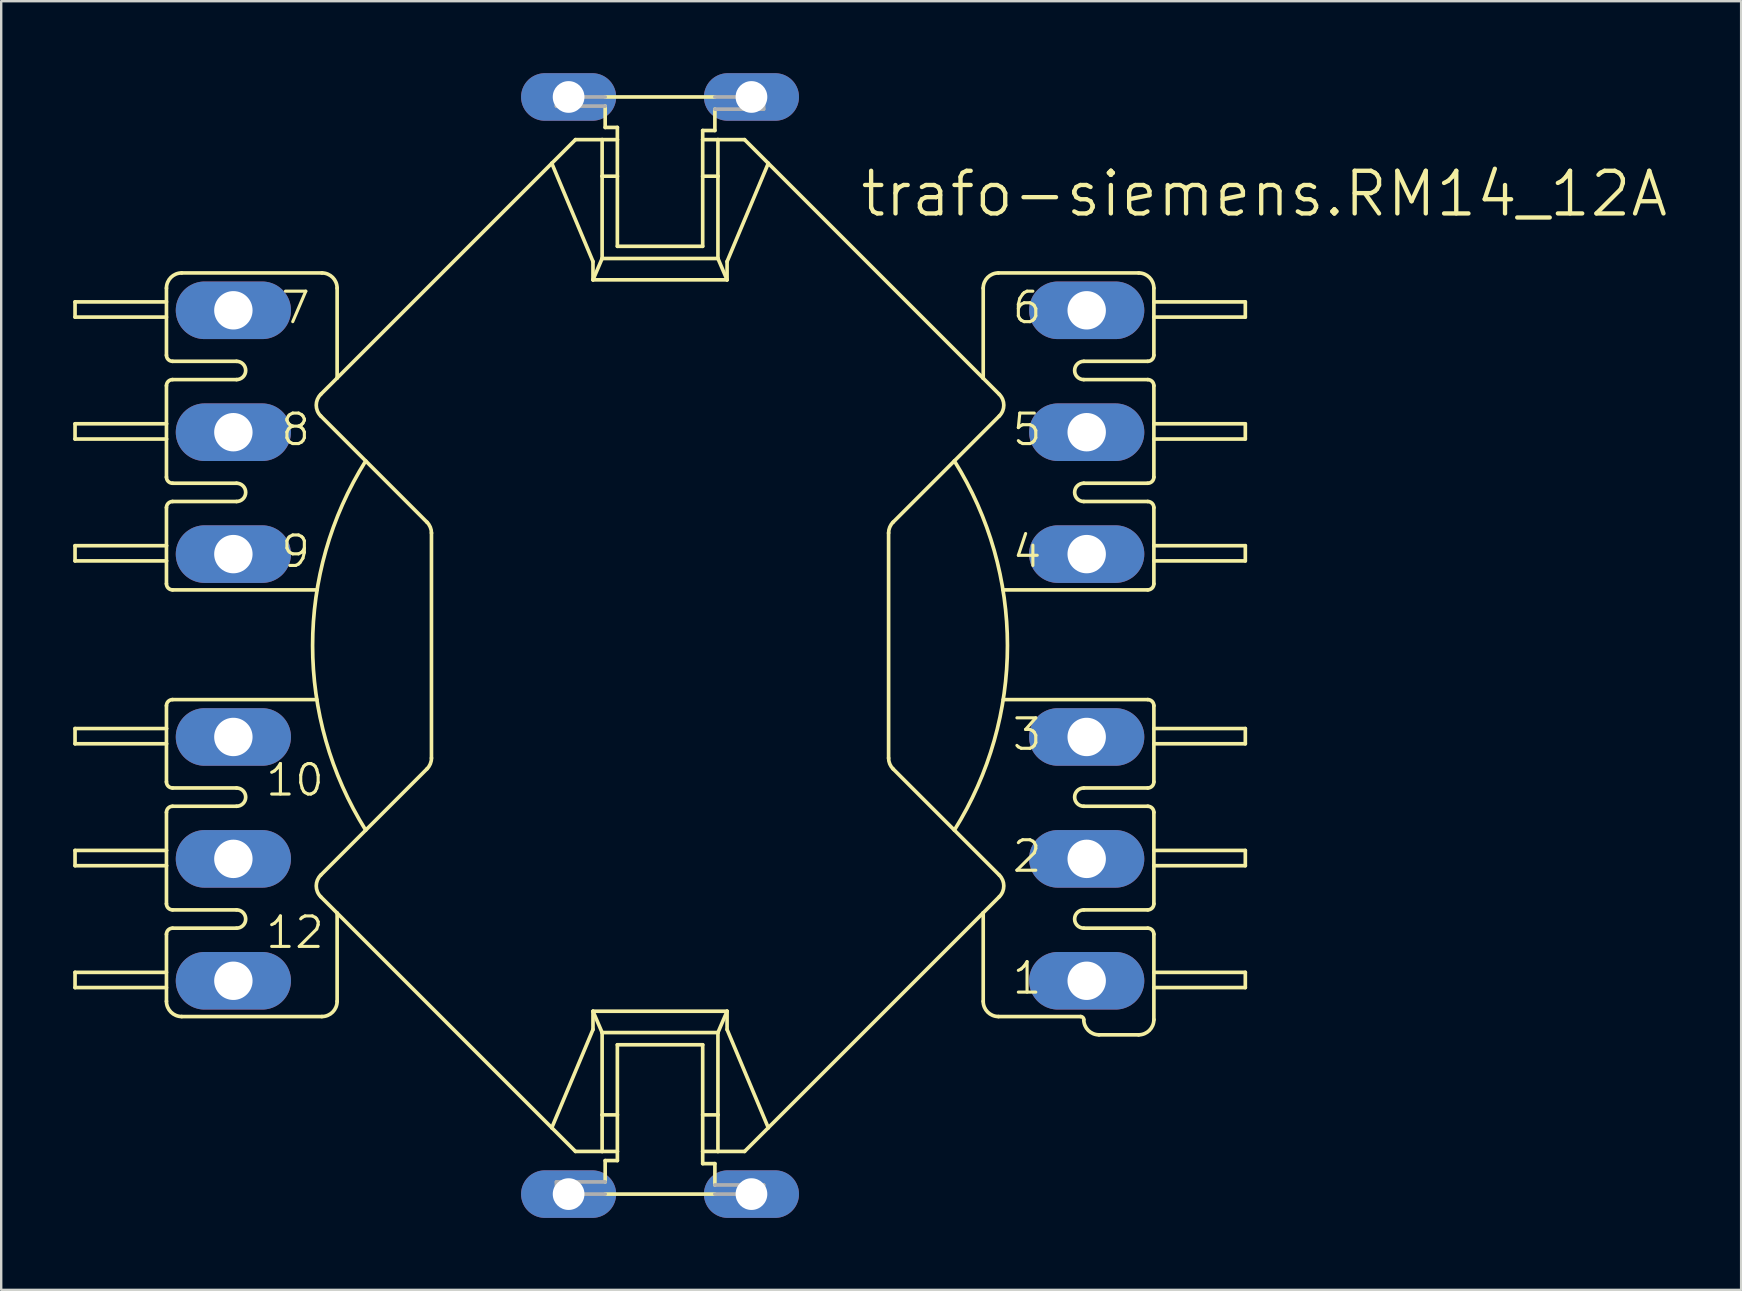
<source format=kicad_pcb>
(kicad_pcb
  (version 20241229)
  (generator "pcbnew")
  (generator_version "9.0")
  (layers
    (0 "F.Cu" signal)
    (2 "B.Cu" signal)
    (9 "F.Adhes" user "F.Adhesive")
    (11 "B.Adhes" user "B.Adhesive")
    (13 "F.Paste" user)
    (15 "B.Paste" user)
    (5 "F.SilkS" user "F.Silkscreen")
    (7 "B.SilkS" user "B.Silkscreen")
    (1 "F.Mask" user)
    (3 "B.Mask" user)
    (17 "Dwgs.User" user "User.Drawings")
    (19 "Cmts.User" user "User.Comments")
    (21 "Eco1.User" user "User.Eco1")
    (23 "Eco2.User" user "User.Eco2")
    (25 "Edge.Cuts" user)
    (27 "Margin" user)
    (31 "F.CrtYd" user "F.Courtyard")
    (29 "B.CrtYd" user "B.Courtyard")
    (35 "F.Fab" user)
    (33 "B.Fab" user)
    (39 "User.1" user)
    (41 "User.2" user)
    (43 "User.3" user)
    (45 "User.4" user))
  (footprint "trafo-siemens.RM14_12A"
    (layer "F.Cu")
    (at 24.455 23.851)
    (property "Reference" "trafo-siemens.RM14_12A" (at 8.255 -17.78 0) (layer "F.SilkS") (effects (font (size 1.778 1.778) (thickness 0.18)) (justify left bottom)))
    (attr through_hole)
    (fp_line (start -24.378 -14.321) (end -24.378 -13.686) (stroke (width 0.152) (type default)) (layer "F.SilkS"))
    (fp_line (start -24.378 -14.321) (end -20.568 -14.321) (stroke (width 0.152) (type default)) (layer "F.SilkS"))
    (fp_line (start -24.378 -13.686) (end -20.568 -13.686) (stroke (width 0.152) (type default)) (layer "F.SilkS"))
    (fp_line (start -24.378 -9.241) (end -24.378 -8.606) (stroke (width 0.152) (type default)) (layer "F.SilkS"))
    (fp_line (start -24.378 -9.241) (end -20.568 -9.241) (stroke (width 0.152) (type default)) (layer "F.SilkS"))
    (fp_line (start -24.378 -8.606) (end -20.568 -8.606) (stroke (width 0.152) (type default)) (layer "F.SilkS"))
    (fp_line (start -24.378 -4.161) (end -24.378 -3.526) (stroke (width 0.152) (type default)) (layer "F.SilkS"))
    (fp_line (start -24.378 -4.161) (end -20.568 -4.161) (stroke (width 0.152) (type default)) (layer "F.SilkS"))
    (fp_line (start -24.378 -3.526) (end -20.568 -3.526) (stroke (width 0.152) (type default)) (layer "F.SilkS"))
    (fp_line (start -24.378 3.459) (end -20.568 3.459) (stroke (width 0.152) (type default)) (layer "F.SilkS"))
    (fp_line (start -24.378 4.094) (end -24.378 3.459) (stroke (width 0.152) (type default)) (layer "F.SilkS"))
    (fp_line (start -24.378 4.094) (end -20.568 4.094) (stroke (width 0.152) (type default)) (layer "F.SilkS"))
    (fp_line (start -24.378 8.539) (end -20.568 8.539) (stroke (width 0.152) (type default)) (layer "F.SilkS"))
    (fp_line (start -24.378 9.174) (end -24.378 8.539) (stroke (width 0.152) (type default)) (layer "F.SilkS"))
    (fp_line (start -24.378 9.174) (end -20.568 9.174) (stroke (width 0.152) (type default)) (layer "F.SilkS"))
    (fp_line (start -24.378 13.619) (end -20.568 13.619) (stroke (width 0.152) (type default)) (layer "F.SilkS"))
    (fp_line (start -24.378 14.254) (end -24.378 13.619) (stroke (width 0.152) (type default)) (layer "F.SilkS"))
    (fp_line (start -24.378 14.254) (end -20.568 14.254) (stroke (width 0.152) (type default)) (layer "F.SilkS"))
    (fp_line (start -20.568 -14.892) (end -20.568 -12.098) (stroke (width 0.152) (type default)) (layer "F.SilkS"))
    (fp_line (start -20.568 -9.241) (end -20.568 -10.828) (stroke (width 0.152) (type default)) (layer "F.SilkS"))
    (fp_line (start -20.568 -8.606) (end -20.568 -9.241) (stroke (width 0.152) (type default)) (layer "F.SilkS"))
    (fp_line (start -20.568 -7.018) (end -20.568 -8.606) (stroke (width 0.152) (type default)) (layer "F.SilkS"))
    (fp_line (start -20.568 -5.748) (end -20.568 -4.161) (stroke (width 0.152) (type default)) (layer "F.SilkS"))
    (fp_line (start -20.568 -4.161) (end -20.568 -3.526) (stroke (width 0.152) (type default)) (layer "F.SilkS"))
    (fp_line (start -20.568 -3.526) (end -20.568 -2.573) (stroke (width 0.152) (type default)) (layer "F.SilkS"))
    (fp_line (start -20.568 3.459) (end -20.568 2.507) (stroke (width 0.152) (type default)) (layer "F.SilkS"))
    (fp_line (start -20.568 4.094) (end -20.568 3.459) (stroke (width 0.152) (type default)) (layer "F.SilkS"))
    (fp_line (start -20.568 5.682) (end -20.568 4.094) (stroke (width 0.152) (type default)) (layer "F.SilkS"))
    (fp_line (start -20.568 6.952) (end -20.568 8.539) (stroke (width 0.152) (type default)) (layer "F.SilkS"))
    (fp_line (start -20.568 8.539) (end -20.568 9.174) (stroke (width 0.152) (type default)) (layer "F.SilkS"))
    (fp_line (start -20.568 9.174) (end -20.568 10.762) (stroke (width 0.152) (type default)) (layer "F.SilkS"))
    (fp_line (start -20.568 14.826) (end -20.568 12.032) (stroke (width 0.152) (type default)) (layer "F.SilkS"))
    (fp_line (start -19.933 -15.527) (end -14.091 -15.527) (stroke (width 0.152) (type default)) (layer "F.SilkS"))
    (fp_line (start -17.647 -11.844) (end -20.314 -11.844) (stroke (width 0.152) (type default)) (layer "F.SilkS"))
    (fp_line (start -17.647 -11.082) (end -20.314 -11.082) (stroke (width 0.152) (type default)) (layer "F.SilkS"))
    (fp_line (start -17.647 -6.764) (end -20.314 -6.764) (stroke (width 0.152) (type default)) (layer "F.SilkS"))
    (fp_line (start -17.647 -6.002) (end -20.314 -6.002) (stroke (width 0.152) (type default)) (layer "F.SilkS"))
    (fp_line (start -17.647 5.936) (end -20.314 5.936) (stroke (width 0.152) (type default)) (layer "F.SilkS"))
    (fp_line (start -17.647 6.698) (end -20.314 6.698) (stroke (width 0.152) (type default)) (layer "F.SilkS"))
    (fp_line (start -17.647 11.016) (end -20.314 11.016) (stroke (width 0.152) (type default)) (layer "F.SilkS"))
    (fp_line (start -17.647 11.778) (end -20.314 11.778) (stroke (width 0.152) (type default)) (layer "F.SilkS"))
    (fp_line (start -14.302 2.253) (end -20.314 2.253) (stroke (width 0.152) (type default)) (layer "F.SilkS"))
    (fp_line (start -14.291 -2.319) (end -20.314 -2.319) (stroke (width 0.152) (type default)) (layer "F.SilkS"))
    (fp_line (start -14.14 -9.568) (end -9.711 -5.139) (stroke (width 0.152) (type default)) (layer "F.SilkS"))
    (fp_line (start -14.091 15.461) (end -19.933 15.461) (stroke (width 0.152) (type default)) (layer "F.SilkS"))
    (fp_line (start -13.456 -14.892) (end -13.456 -11.149) (stroke (width 0.152) (type default)) (layer "F.SilkS"))
    (fp_line (start -13.456 -11.149) (end -14.14 -10.466) (stroke (width 0.152) (type default)) (layer "F.SilkS"))
    (fp_line (start -13.456 11.149) (end -14.14 10.466) (stroke (width 0.152) (type default)) (layer "F.SilkS"))
    (fp_line (start -13.456 11.149) (end -13.456 14.826) (stroke (width 0.152) (type default)) (layer "F.SilkS"))
    (fp_line (start -9.711 5.139) (end -14.14 9.568) (stroke (width 0.152) (type default)) (layer "F.SilkS"))
    (fp_line (start -9.525 -4.69) (end -9.525 4.69) (stroke (width 0.152) (type default)) (layer "F.SilkS"))
    (fp_line (start -4.511 -20.095) (end -13.456 -11.149) (stroke (width 0.152) (type default)) (layer "F.SilkS"))
    (fp_line (start -4.511 20.095) (end -13.456 11.149) (stroke (width 0.152) (type default)) (layer "F.SilkS"))
    (fp_line (start -3.524 -21.082) (end -4.511 -20.095) (stroke (width 0.152) (type default)) (layer "F.SilkS"))
    (fp_line (start -3.524 -21.082) (end -2.413 -21.082) (stroke (width 0.152) (type default)) (layer "F.SilkS"))
    (fp_line (start -3.524 21.082) (end -4.511 20.095) (stroke (width 0.152) (type default)) (layer "F.SilkS"))
    (fp_line (start -3.524 21.082) (end -2.413 21.082) (stroke (width 0.152) (type default)) (layer "F.SilkS"))
    (fp_line (start -2.794 -16.002) (end -4.511 -20.095) (stroke (width 0.152) (type default)) (layer "F.SilkS"))
    (fp_line (start -2.794 -15.24) (end -2.794 -16.002) (stroke (width 0.152) (type default)) (layer "F.SilkS"))
    (fp_line (start -2.794 15.24) (end -2.794 16.002) (stroke (width 0.152) (type default)) (layer "F.SilkS"))
    (fp_line (start -2.794 16.002) (end -4.511 20.095) (stroke (width 0.152) (type default)) (layer "F.SilkS"))
    (fp_line (start -2.413 -21.082) (end -1.778 -21.082) (stroke (width 0.152) (type default)) (layer "F.SilkS"))
    (fp_line (start -2.413 -19.558) (end -2.413 -21.082) (stroke (width 0.152) (type default)) (layer "F.SilkS"))
    (fp_line (start -2.413 -19.558) (end -1.778 -19.558) (stroke (width 0.152) (type default)) (layer "F.SilkS"))
    (fp_line (start -2.413 -16.129) (end -2.794 -15.24) (stroke (width 0.152) (type default)) (layer "F.SilkS"))
    (fp_line (start -2.413 -16.129) (end -2.413 -19.558) (stroke (width 0.152) (type default)) (layer "F.SilkS"))
    (fp_line (start -2.413 -16.129) (end 2.413 -16.129) (stroke (width 0.152) (type default)) (layer "F.SilkS"))
    (fp_line (start -2.413 16.129) (end -2.794 15.24) (stroke (width 0.152) (type default)) (layer "F.SilkS"))
    (fp_line (start -2.413 16.129) (end -2.413 19.558) (stroke (width 0.152) (type default)) (layer "F.SilkS"))
    (fp_line (start -2.413 16.129) (end 2.413 16.129) (stroke (width 0.152) (type default)) (layer "F.SilkS"))
    (fp_line (start -2.413 19.558) (end -2.413 21.082) (stroke (width 0.152) (type default)) (layer "F.SilkS"))
    (fp_line (start -2.413 19.558) (end -1.778 19.558) (stroke (width 0.152) (type default)) (layer "F.SilkS"))
    (fp_line (start -2.413 21.082) (end -1.778 21.082) (stroke (width 0.152) (type default)) (layer "F.SilkS"))
    (fp_line (start -2.286 -21.59) (end -2.286 -22.479) (stroke (width 0.152) (type default)) (layer "F.SilkS"))
    (fp_line (start -2.286 21.463) (end -1.778 21.463) (stroke (width 0.152) (type default)) (layer "F.SilkS"))
    (fp_line (start -2.286 22.352) (end -2.286 21.463) (stroke (width 0.152) (type default)) (layer "F.SilkS"))
    (fp_line (start -2.286 22.86) (end 2.286 22.86) (stroke (width 0.152) (type default)) (layer "F.SilkS"))
    (fp_line (start -1.778 -21.59) (end -2.286 -21.59) (stroke (width 0.152) (type default)) (layer "F.SilkS"))
    (fp_line (start -1.778 -21.082) (end -1.778 -21.59) (stroke (width 0.152) (type default)) (layer "F.SilkS"))
    (fp_line (start -1.778 -19.558) (end -1.778 -21.082) (stroke (width 0.152) (type default)) (layer "F.SilkS"))
    (fp_line (start -1.778 -16.637) (end -1.778 -19.558) (stroke (width 0.152) (type default)) (layer "F.SilkS"))
    (fp_line (start -1.778 16.637) (end 1.778 16.637) (stroke (width 0.152) (type default)) (layer "F.SilkS"))
    (fp_line (start -1.778 19.558) (end -1.778 16.637) (stroke (width 0.152) (type default)) (layer "F.SilkS"))
    (fp_line (start -1.778 21.082) (end -1.778 19.558) (stroke (width 0.152) (type default)) (layer "F.SilkS"))
    (fp_line (start -1.778 21.463) (end -1.778 21.082) (stroke (width 0.152) (type default)) (layer "F.SilkS"))
    (fp_line (start 1.778 -21.463) (end 1.778 -21.082) (stroke (width 0.152) (type default)) (layer "F.SilkS"))
    (fp_line (start 1.778 -21.082) (end 1.778 -19.558) (stroke (width 0.152) (type default)) (layer "F.SilkS"))
    (fp_line (start 1.778 -19.558) (end 1.778 -16.637) (stroke (width 0.152) (type default)) (layer "F.SilkS"))
    (fp_line (start 1.778 -16.637) (end -1.778 -16.637) (stroke (width 0.152) (type default)) (layer "F.SilkS"))
    (fp_line (start 1.778 16.637) (end 1.778 19.558) (stroke (width 0.152) (type default)) (layer "F.SilkS"))
    (fp_line (start 1.778 19.558) (end 1.778 21.082) (stroke (width 0.152) (type default)) (layer "F.SilkS"))
    (fp_line (start 1.778 21.082) (end 1.778 21.59) (stroke (width 0.152) (type default)) (layer "F.SilkS"))
    (fp_line (start 1.778 21.59) (end 2.286 21.59) (stroke (width 0.152) (type default)) (layer "F.SilkS"))
    (fp_line (start 2.286 -22.86) (end -2.286 -22.86) (stroke (width 0.152) (type default)) (layer "F.SilkS"))
    (fp_line (start 2.286 -22.352) (end 2.286 -21.463) (stroke (width 0.152) (type default)) (layer "F.SilkS"))
    (fp_line (start 2.286 -21.463) (end 1.778 -21.463) (stroke (width 0.152) (type default)) (layer "F.SilkS"))
    (fp_line (start 2.286 21.59) (end 2.286 22.479) (stroke (width 0.152) (type default)) (layer "F.SilkS"))
    (fp_line (start 2.413 -21.082) (end 1.778 -21.082) (stroke (width 0.152) (type default)) (layer "F.SilkS"))
    (fp_line (start 2.413 -21.082) (end 3.524 -21.082) (stroke (width 0.152) (type default)) (layer "F.SilkS"))
    (fp_line (start 2.413 -19.558) (end 1.778 -19.558) (stroke (width 0.152) (type default)) (layer "F.SilkS"))
    (fp_line (start 2.413 -19.558) (end 2.413 -21.082) (stroke (width 0.152) (type default)) (layer "F.SilkS"))
    (fp_line (start 2.413 -16.129) (end 2.413 -19.558) (stroke (width 0.152) (type default)) (layer "F.SilkS"))
    (fp_line (start 2.413 -16.129) (end 2.794 -15.24) (stroke (width 0.152) (type default)) (layer "F.SilkS"))
    (fp_line (start 2.413 16.129) (end 2.413 19.558) (stroke (width 0.152) (type default)) (layer "F.SilkS"))
    (fp_line (start 2.413 16.129) (end 2.794 15.24) (stroke (width 0.152) (type default)) (layer "F.SilkS"))
    (fp_line (start 2.413 19.558) (end 1.778 19.558) (stroke (width 0.152) (type default)) (layer "F.SilkS"))
    (fp_line (start 2.413 19.558) (end 2.413 21.082) (stroke (width 0.152) (type default)) (layer "F.SilkS"))
    (fp_line (start 2.413 21.082) (end 1.778 21.082) (stroke (width 0.152) (type default)) (layer "F.SilkS"))
    (fp_line (start 2.413 21.082) (end 3.524 21.082) (stroke (width 0.152) (type default)) (layer "F.SilkS"))
    (fp_line (start 2.794 -16.002) (end 4.511 -20.095) (stroke (width 0.152) (type default)) (layer "F.SilkS"))
    (fp_line (start 2.794 -15.24) (end -2.794 -15.24) (stroke (width 0.152) (type default)) (layer "F.SilkS"))
    (fp_line (start 2.794 -15.24) (end 2.794 -16.002) (stroke (width 0.152) (type default)) (layer "F.SilkS"))
    (fp_line (start 2.794 15.24) (end -2.794 15.24) (stroke (width 0.152) (type default)) (layer "F.SilkS"))
    (fp_line (start 2.794 15.24) (end 2.794 16.002) (stroke (width 0.152) (type default)) (layer "F.SilkS"))
    (fp_line (start 2.794 16.002) (end 4.511 20.095) (stroke (width 0.152) (type default)) (layer "F.SilkS"))
    (fp_line (start 4.511 -20.095) (end 3.524 -21.082) (stroke (width 0.152) (type default)) (layer "F.SilkS"))
    (fp_line (start 4.511 20.095) (end 3.524 21.082) (stroke (width 0.152) (type default)) (layer "F.SilkS"))
    (fp_line (start 9.525 -4.69) (end 9.525 4.69) (stroke (width 0.152) (type default)) (layer "F.SilkS"))
    (fp_line (start 9.711 5.139) (end 14.14 9.568) (stroke (width 0.152) (type default)) (layer "F.SilkS"))
    (fp_line (start 13.468 -11.138) (end 4.511 -20.095) (stroke (width 0.152) (type default)) (layer "F.SilkS"))
    (fp_line (start 13.468 -11.138) (end 13.468 -14.892) (stroke (width 0.152) (type default)) (layer "F.SilkS"))
    (fp_line (start 13.468 11.138) (end 4.511 20.095) (stroke (width 0.152) (type default)) (layer "F.SilkS"))
    (fp_line (start 13.468 11.138) (end 13.468 14.826) (stroke (width 0.152) (type default)) (layer "F.SilkS"))
    (fp_line (start 14.14 -10.466) (end 13.468 -11.138) (stroke (width 0.152) (type default)) (layer "F.SilkS"))
    (fp_line (start 14.14 -9.568) (end 9.711 -5.139) (stroke (width 0.152) (type default)) (layer "F.SilkS"))
    (fp_line (start 14.14 10.466) (end 13.468 11.138) (stroke (width 0.152) (type default)) (layer "F.SilkS"))
    (fp_line (start 17.532 15.461) (end 14.103 15.461) (stroke (width 0.152) (type default)) (layer "F.SilkS"))
    (fp_line (start 17.659 -11.844) (end 20.326 -11.844) (stroke (width 0.152) (type default)) (layer "F.SilkS"))
    (fp_line (start 17.659 -11.082) (end 20.326 -11.082) (stroke (width 0.152) (type default)) (layer "F.SilkS"))
    (fp_line (start 17.659 -6.764) (end 20.326 -6.764) (stroke (width 0.152) (type default)) (layer "F.SilkS"))
    (fp_line (start 17.659 -6.002) (end 20.326 -6.002) (stroke (width 0.152) (type default)) (layer "F.SilkS"))
    (fp_line (start 17.659 5.936) (end 20.326 5.936) (stroke (width 0.152) (type default)) (layer "F.SilkS"))
    (fp_line (start 17.659 6.698) (end 20.326 6.698) (stroke (width 0.152) (type default)) (layer "F.SilkS"))
    (fp_line (start 17.659 11.016) (end 20.326 11.016) (stroke (width 0.152) (type default)) (layer "F.SilkS"))
    (fp_line (start 17.659 11.778) (end 20.326 11.778) (stroke (width 0.152) (type default)) (layer "F.SilkS"))
    (fp_line (start 19.945 -15.527) (end 14.103 -15.527) (stroke (width 0.152) (type default)) (layer "F.SilkS"))
    (fp_line (start 19.945 16.223) (end 18.294 16.223) (stroke (width 0.152) (type default)) (layer "F.SilkS"))
    (fp_line (start 20.326 -2.319) (end 14.291 -2.319) (stroke (width 0.152) (type default)) (layer "F.SilkS"))
    (fp_line (start 20.326 2.253) (end 14.302 2.253) (stroke (width 0.152) (type default)) (layer "F.SilkS"))
    (fp_line (start 20.58 -14.892) (end 20.58 -12.098) (stroke (width 0.152) (type default)) (layer "F.SilkS"))
    (fp_line (start 20.58 -7.018) (end 20.58 -10.828) (stroke (width 0.152) (type default)) (layer "F.SilkS"))
    (fp_line (start 20.58 -5.748) (end 20.58 -2.573) (stroke (width 0.152) (type default)) (layer "F.SilkS"))
    (fp_line (start 20.58 5.682) (end 20.58 2.507) (stroke (width 0.152) (type default)) (layer "F.SilkS"))
    (fp_line (start 20.58 6.952) (end 20.58 10.762) (stroke (width 0.152) (type default)) (layer "F.SilkS"))
    (fp_line (start 20.58 15.588) (end 20.58 12.032) (stroke (width 0.152) (type default)) (layer "F.SilkS"))
    (fp_line (start 24.39 -14.321) (end 20.58 -14.321) (stroke (width 0.152) (type default)) (layer "F.SilkS"))
    (fp_line (start 24.39 -14.321) (end 24.39 -13.686) (stroke (width 0.152) (type default)) (layer "F.SilkS"))
    (fp_line (start 24.39 -13.686) (end 20.58 -13.686) (stroke (width 0.152) (type default)) (layer "F.SilkS"))
    (fp_line (start 24.39 -9.241) (end 20.58 -9.241) (stroke (width 0.152) (type default)) (layer "F.SilkS"))
    (fp_line (start 24.39 -9.241) (end 24.39 -8.606) (stroke (width 0.152) (type default)) (layer "F.SilkS"))
    (fp_line (start 24.39 -8.606) (end 20.58 -8.606) (stroke (width 0.152) (type default)) (layer "F.SilkS"))
    (fp_line (start 24.39 -4.161) (end 20.58 -4.161) (stroke (width 0.152) (type default)) (layer "F.SilkS"))
    (fp_line (start 24.39 -4.161) (end 24.39 -3.526) (stroke (width 0.152) (type default)) (layer "F.SilkS"))
    (fp_line (start 24.39 -3.526) (end 20.58 -3.526) (stroke (width 0.152) (type default)) (layer "F.SilkS"))
    (fp_line (start 24.39 3.459) (end 20.58 3.459) (stroke (width 0.152) (type default)) (layer "F.SilkS"))
    (fp_line (start 24.39 4.094) (end 20.58 4.094) (stroke (width 0.152) (type default)) (layer "F.SilkS"))
    (fp_line (start 24.39 4.094) (end 24.39 3.459) (stroke (width 0.152) (type default)) (layer "F.SilkS"))
    (fp_line (start 24.39 8.539) (end 20.58 8.539) (stroke (width 0.152) (type default)) (layer "F.SilkS"))
    (fp_line (start 24.39 9.174) (end 20.58 9.174) (stroke (width 0.152) (type default)) (layer "F.SilkS"))
    (fp_line (start 24.39 9.174) (end 24.39 8.539) (stroke (width 0.152) (type default)) (layer "F.SilkS"))
    (fp_line (start 24.39 13.619) (end 20.58 13.619) (stroke (width 0.152) (type default)) (layer "F.SilkS"))
    (fp_line (start 24.39 14.254) (end 20.58 14.254) (stroke (width 0.152) (type default)) (layer "F.SilkS"))
    (fp_line (start 24.39 14.254) (end 24.39 13.619) (stroke (width 0.152) (type default)) (layer "F.SilkS"))
    (fp_arc (start -20.5684 -14.8921) (mid -20.382413 -15.341113) (end -19.9334 -15.5271) (stroke (width 0.1524) (type default)) (layer "F.SilkS"))
    (fp_arc (start -20.5684 -10.8281) (mid -20.494005 -11.007705) (end -20.3144 -11.0821) (stroke (width 0.1524) (type default)) (layer "F.SilkS"))
    (fp_arc (start -20.5684 -5.7481) (mid -20.494005 -5.927705) (end -20.3144 -6.0021) (stroke (width 0.1524) (type default)) (layer "F.SilkS"))
    (fp_arc (start -20.5684 2.5069) (mid -20.494005 2.327295) (end -20.3144 2.2529) (stroke (width 0.1524) (type default)) (layer "F.SilkS"))
    (fp_arc (start -20.5684 6.9519) (mid -20.494005 6.772295) (end -20.3144 6.6979) (stroke (width 0.1524) (type default)) (layer "F.SilkS"))
    (fp_arc (start -20.5684 12.0319) (mid -20.494005 11.852295) (end -20.3144 11.7779) (stroke (width 0.1524) (type default)) (layer "F.SilkS"))
    (fp_arc (start -20.3144 -11.8441) (mid -20.494005 -11.918495) (end -20.5684 -12.0981) (stroke (width 0.1524) (type default)) (layer "F.SilkS"))
    (fp_arc (start -20.3144 -6.7641) (mid -20.494005 -6.838495) (end -20.5684 -7.0181) (stroke (width 0.1524) (type default)) (layer "F.SilkS"))
    (fp_arc (start -20.3144 -2.3191) (mid -20.494005 -2.393495) (end -20.5684 -2.5731) (stroke (width 0.1524) (type default)) (layer "F.SilkS"))
    (fp_arc (start -20.3144 5.9359) (mid -20.494005 5.861505) (end -20.5684 5.6819) (stroke (width 0.1524) (type default)) (layer "F.SilkS"))
    (fp_arc (start -20.3144 11.0159) (mid -20.494005 10.941505) (end -20.5684 10.7619) (stroke (width 0.1524) (type default)) (layer "F.SilkS"))
    (fp_arc (start -19.9334 15.4609) (mid -20.382413 15.274913) (end -20.5684 14.8259) (stroke (width 0.1524) (type default)) (layer "F.SilkS"))
    (fp_arc (start -17.6474 -11.8441) (mid -17.2664 -11.4631) (end -17.6474 -11.0821) (stroke (width 0.1524) (type default)) (layer "F.SilkS"))
    (fp_arc (start -17.6474 -6.7641) (mid -17.2664 -6.3831) (end -17.6474 -6.0021) (stroke (width 0.1524) (type default)) (layer "F.SilkS"))
    (fp_arc (start -17.6474 5.9359) (mid -17.2664 6.3169) (end -17.6474 6.6979) (stroke (width 0.1524) (type default)) (layer "F.SilkS"))
    (fp_arc (start -17.6474 11.0159) (mid -17.2664 11.3969) (end -17.6474 11.7779) (stroke (width 0.1524) (type default)) (layer "F.SilkS"))
    (fp_arc (start -14.14 -9.5678) (mid -14.326023 -10.01695) (end -14.1399 -10.4661) (stroke (width 0.1524) (type default)) (layer "F.SilkS"))
    (fp_arc (start -14.1399 10.4659) (mid -14.325882 10.0169) (end -14.1399 9.5679) (stroke (width 0.1524) (type default)) (layer "F.SilkS"))
    (fp_arc (start -14.0914 -15.5271) (mid -13.642387 -15.341113) (end -13.4564 -14.8921) (stroke (width 0.1524) (type default)) (layer "F.SilkS"))
    (fp_arc (start -13.4564 14.8259) (mid -13.642387 15.274913) (end -14.0914 15.4609) (stroke (width 0.1524) (type default)) (layer "F.SilkS"))
    (fp_arc (start -12.265 7.693) (mid -14.478 0) (end -12.265 -7.693) (stroke (width 0.1524) (type default)) (layer "F.SilkS"))
    (fp_arc (start -9.711 -5.139) (mid -9.573299 -4.933007) (end -9.5249 -4.69) (stroke (width 0.1524) (type default)) (layer "F.SilkS"))
    (fp_arc (start -9.5248 4.69) (mid -9.573252 4.933015) (end -9.711 5.139) (stroke (width 0.1524) (type default)) (layer "F.SilkS"))
    (fp_arc (start 9.525 -4.69) (mid 9.573345 -4.932999) (end 9.711 -5.139) (stroke (width 0.1524) (type default)) (layer "F.SilkS"))
    (fp_arc (start 9.711 5.139) (mid 9.573345 4.932999) (end 9.525 4.69) (stroke (width 0.1524) (type default)) (layer "F.SilkS"))
    (fp_arc (start 12.265 -7.693) (mid 14.478 0) (end 12.265 7.693) (stroke (width 0.1524) (type default)) (layer "F.SilkS"))
    (fp_arc (start 13.4676 -14.8921) (mid 13.653587 -15.341113) (end 14.1026 -15.5271) (stroke (width 0.1524) (type default)) (layer "F.SilkS"))
    (fp_arc (start 14.1026 15.4609) (mid 13.653587 15.274913) (end 13.4676 14.8259) (stroke (width 0.1524) (type default)) (layer "F.SilkS"))
    (fp_arc (start 14.1399 -10.4659) (mid 14.325882 -10.0169) (end 14.1399 -9.5679) (stroke (width 0.1524) (type default)) (layer "F.SilkS"))
    (fp_arc (start 14.14 9.5678) (mid 14.325988 10.0169) (end 14.1399 10.466) (stroke (width 0.1524) (type default)) (layer "F.SilkS"))
    (fp_arc (start 17.5316 15.4609) (mid 17.621403 15.498097) (end 17.6586 15.5879) (stroke (width 0.1524) (type default)) (layer "F.SilkS"))
    (fp_arc (start 17.6586 -11.0821) (mid 17.2776 -11.4631) (end 17.6586 -11.8441) (stroke (width 0.1524) (type default)) (layer "F.SilkS"))
    (fp_arc (start 17.6586 -6.0021) (mid 17.2776 -6.3831) (end 17.6586 -6.7641) (stroke (width 0.1524) (type default)) (layer "F.SilkS"))
    (fp_arc (start 17.6586 6.6979) (mid 17.2776 6.3169) (end 17.6586 5.9359) (stroke (width 0.1524) (type default)) (layer "F.SilkS"))
    (fp_arc (start 17.6586 11.7779) (mid 17.2776 11.3969) (end 17.6586 11.0159) (stroke (width 0.1524) (type default)) (layer "F.SilkS"))
    (fp_arc (start 18.2936 16.2229) (mid 17.844587 16.036913) (end 17.6586 15.5879) (stroke (width 0.1524) (type default)) (layer "F.SilkS"))
    (fp_arc (start 19.9446 -15.5271) (mid 20.393613 -15.341113) (end 20.5796 -14.8921) (stroke (width 0.1524) (type default)) (layer "F.SilkS"))
    (fp_arc (start 20.3256 -11.0821) (mid 20.505205 -11.007705) (end 20.5796 -10.8281) (stroke (width 0.1524) (type default)) (layer "F.SilkS"))
    (fp_arc (start 20.3256 -6.0021) (mid 20.505205 -5.927705) (end 20.5796 -5.7481) (stroke (width 0.1524) (type default)) (layer "F.SilkS"))
    (fp_arc (start 20.3256 2.2529) (mid 20.505205 2.327295) (end 20.5796 2.5069) (stroke (width 0.1524) (type default)) (layer "F.SilkS"))
    (fp_arc (start 20.3256 6.6979) (mid 20.505205 6.772295) (end 20.5796 6.9519) (stroke (width 0.1524) (type default)) (layer "F.SilkS"))
    (fp_arc (start 20.3256 11.7779) (mid 20.505205 11.852295) (end 20.5796 12.0319) (stroke (width 0.1524) (type default)) (layer "F.SilkS"))
    (fp_arc (start 20.5796 -12.0981) (mid 20.505205 -11.918495) (end 20.3256 -11.8441) (stroke (width 0.1524) (type default)) (layer "F.SilkS"))
    (fp_arc (start 20.5796 -7.0181) (mid 20.505205 -6.838495) (end 20.3256 -6.7641) (stroke (width 0.1524) (type default)) (layer "F.SilkS"))
    (fp_arc (start 20.5796 -2.5731) (mid 20.505205 -2.393495) (end 20.3256 -2.3191) (stroke (width 0.1524) (type default)) (layer "F.SilkS"))
    (fp_arc (start 20.5796 5.6819) (mid 20.505205 5.861505) (end 20.3256 5.9359) (stroke (width 0.1524) (type default)) (layer "F.SilkS"))
    (fp_arc (start 20.5796 10.7619) (mid 20.505205 10.941505) (end 20.3256 11.0159) (stroke (width 0.1524) (type default)) (layer "F.SilkS"))
    (fp_arc (start 20.5796 15.5879) (mid 20.393613 16.036913) (end 19.9446 16.2229) (stroke (width 0.1524) (type default)) (layer "F.SilkS"))
    (fp_line (start -4.318 -22.86) (end -2.286 -22.86) (stroke (width 0.152) (type default)) (layer "F.Fab"))
    (fp_line (start -4.318 -22.479) (end -4.318 -22.86) (stroke (width 0.152) (type default)) (layer "F.Fab"))
    (fp_line (start -4.318 22.352) (end -2.286 22.352) (stroke (width 0.152) (type default)) (layer "F.Fab"))
    (fp_line (start -4.318 22.86) (end -4.318 22.352) (stroke (width 0.152) (type default)) (layer "F.Fab"))
    (fp_line (start -4.318 22.86) (end -2.286 22.86) (stroke (width 0.152) (type default)) (layer "F.Fab"))
    (fp_line (start -2.286 -22.479) (end -4.318 -22.479) (stroke (width 0.152) (type default)) (layer "F.Fab"))
    (fp_line (start 2.286 22.479) (end 4.318 22.479) (stroke (width 0.152) (type default)) (layer "F.Fab"))
    (fp_line (start 4.318 -22.86) (end 2.286 -22.86) (stroke (width 0.152) (type default)) (layer "F.Fab"))
    (fp_line (start 4.318 -22.86) (end 4.318 -22.352) (stroke (width 0.152) (type default)) (layer "F.Fab"))
    (fp_line (start 4.318 -22.352) (end 2.286 -22.352) (stroke (width 0.152) (type default)) (layer "F.Fab"))
    (fp_line (start 4.318 22.479) (end 4.318 22.86) (stroke (width 0.152) (type default)) (layer "F.Fab"))
    (fp_line (start 4.318 22.86) (end 2.286 22.86) (stroke (width 0.152) (type default)) (layer "F.Fab"))
    (fp_text user "1" (at 14.605 14.605 0) (layer "F.SilkS") (effects (font (size 1.27 1.27) (thickness 0.13)) (justify left bottom)))
    (fp_text user "9" (at -15.875 -3.175 0) (layer "F.SilkS") (effects (font (size 1.27 1.27) (thickness 0.13)) (justify left bottom)))
    (fp_text user "6" (at 14.605 -13.335 0) (layer "F.SilkS") (effects (font (size 1.27 1.27) (thickness 0.13)) (justify left bottom)))
    (fp_text user "4" (at 14.605 -3.175 0) (layer "F.SilkS") (effects (font (size 1.27 1.27) (thickness 0.13)) (justify left bottom)))
    (fp_text user "10" (at -16.51 6.35 0) (layer "F.SilkS") (effects (font (size 1.27 1.27) (thickness 0.13)) (justify left bottom)))
    (fp_text user "7" (at -15.875 -13.335 0) (layer "F.SilkS") (effects (font (size 1.27 1.27) (thickness 0.13)) (justify left bottom)))
    (fp_text user "5" (at 14.605 -8.255 0) (layer "F.SilkS") (effects (font (size 1.27 1.27) (thickness 0.13)) (justify left bottom)))
    (fp_text user "2" (at 14.605 9.525 0) (layer "F.SilkS") (effects (font (size 1.27 1.27) (thickness 0.13)) (justify left bottom)))
    (fp_text user "8" (at -15.875 -8.255 0) (layer "F.SilkS") (effects (font (size 1.27 1.27) (thickness 0.13)) (justify left bottom)))
    (fp_text user "3" (at 14.605 4.445 0) (layer "F.SilkS") (effects (font (size 1.27 1.27) (thickness 0.13)) (justify left bottom)))
    (fp_text user "12" (at -16.51 12.7 0) (layer "F.SilkS") (effects (font (size 1.27 1.27) (thickness 0.13)) (justify left bottom)))
    (pad "1" thru_hole oval (at 17.78 13.97) (size 4.801 2.4) (drill 1.6) (layers "*.Cu" "*.Mask"))
    (pad "2" thru_hole oval (at 17.78 8.89) (size 4.801 2.4) (drill 1.6) (layers "*.Cu" "*.Mask"))
    (pad "3" thru_hole oval (at 17.78 3.81) (size 4.801 2.4) (drill 1.6) (layers "*.Cu" "*.Mask"))
    (pad "4" thru_hole oval (at 17.78 -3.81) (size 4.801 2.4) (drill 1.6) (layers "*.Cu" "*.Mask"))
    (pad "5" thru_hole oval (at 17.78 -8.89) (size 4.801 2.4) (drill 1.6) (layers "*.Cu" "*.Mask"))
    (pad "6" thru_hole oval (at 17.78 -13.97) (size 4.801 2.4) (drill 1.6) (layers "*.Cu" "*.Mask"))
    (pad "7" thru_hole oval (at -17.78 -13.97) (size 4.801 2.4) (drill 1.6) (layers "*.Cu" "*.Mask"))
    (pad "8" thru_hole oval (at -17.78 -8.89) (size 4.801 2.4) (drill 1.6) (layers "*.Cu" "*.Mask"))
    (pad "9" thru_hole oval (at -17.78 -3.81) (size 4.801 2.4) (drill 1.6) (layers "*.Cu" "*.Mask"))
    (pad "10" thru_hole oval (at -17.78 3.81) (size 4.801 2.4) (drill 1.6) (layers "*.Cu" "*.Mask"))
    (pad "11" thru_hole oval (at -17.78 8.89) (size 4.801 2.4) (drill 1.6) (layers "*.Cu" "*.Mask"))
    (pad "12" thru_hole oval (at -17.78 13.97) (size 4.801 2.4) (drill 1.6) (layers "*.Cu" "*.Mask"))
    (pad "M" thru_hole oval (at 3.81 22.86) (size 3.962 1.981) (drill 1.321) (layers "*.Cu" "*.Mask"))
    (pad "M1" thru_hole oval (at -3.81 22.86) (size 3.962 1.981) (drill 1.321) (layers "*.Cu" "*.Mask"))
    (pad "M2" thru_hole oval (at -3.81 -22.86) (size 3.962 1.981) (drill 1.321) (layers "*.Cu" "*.Mask"))
    (pad "M3" thru_hole oval (at 3.81 -22.86) (size 3.962 1.981) (drill 1.321) (layers "*.Cu" "*.Mask")))
  (gr_rect
    (start -3 -3)
    (end 69.507 50.701)
    (stroke (width 0.1) (type default))
    (fill no)
    (layer "Edge.Cuts")))
</source>
